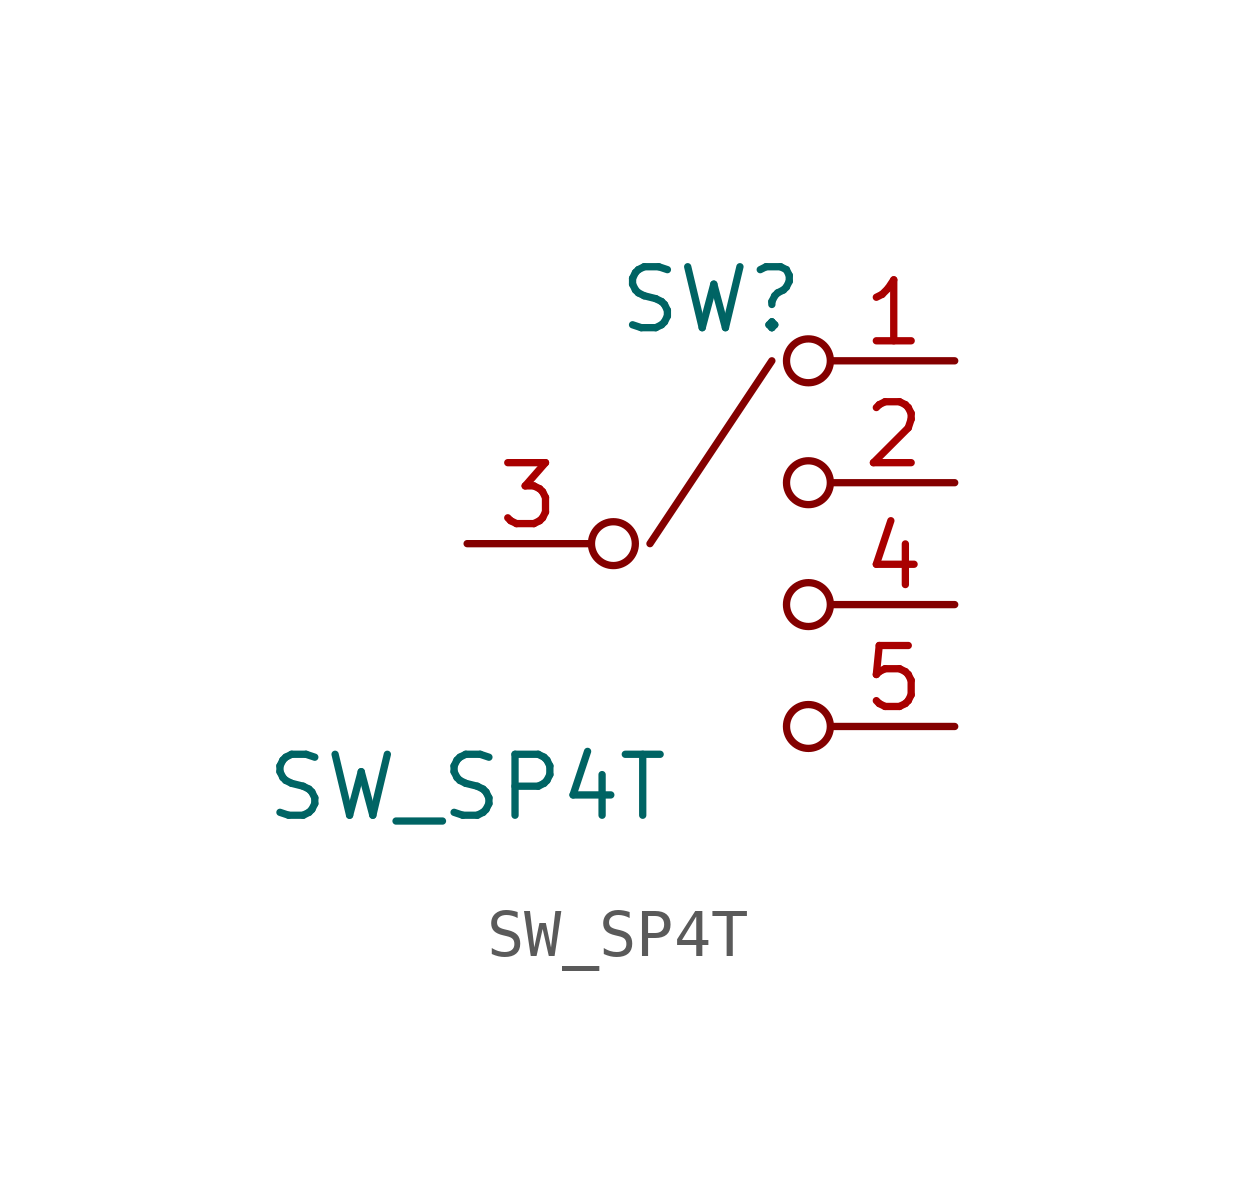
<source format=kicad_sym>
(kicad_symbol_lib
  (version 20220914)
  (generator kicad_symbol_editor)
  (symbol "SW_SP4T"
    (pin_names
      (offset 0) hide)
    (property "Reference" "SW"
      (at 0 5.08 0)
      (effects (font (size 1.27 1.27))))
    (property "Value" "SW_SP4T"
      (at -5.08 -5.08 0)
      (effects (font (size 1.27 1.27))))
    (symbol "SW_SP4T_0_1"
      (circle (center -2.032 0) (radius 0.457) (stroke (width 0) (type solid)) (fill (type none)))
      (polyline (pts (xy -1.27 0) (xy 1.27 3.81)) (stroke (width 0) (type solid)) (fill (type none)))
      (circle (center 2.032 -1.27) (radius 0.457) (stroke (width 0) (type solid)) (fill (type none)))
      (circle (center 2.032 1.27) (radius 0.457) (stroke (width 0) (type solid)) (fill (type none)))
      (circle (center 2.032 3.81) (radius 0.457) (stroke (width 0) (type solid)) (fill (type none))))
    (symbol "SW_SP4T_1_1"
      (circle (center 2.032 -3.81) (radius 0.457) (stroke (width 0) (type solid)) (fill (type none)))
      (pin passive line (at 5.08 3.81 180) (length 2.54) (name "1" (effects (font (size 1.27 1.27)))) (number "1" (effects (font (size 1.27 1.27)))))
      (pin passive line (at 5.08 1.27 180) (length 2.54) (name "2" (effects (font (size 1.27 1.27)))) (number "2" (effects (font (size 1.27 1.27)))))
      (pin passive line (at -5.08 0 0) (length 2.54) (name "3" (effects (font (size 1.27 1.27)))) (number "3" (effects (font (size 1.27 1.27)))))
      (pin passive line (at 5.08 -1.27 180) (length 2.54) (name "4" (effects (font (size 1.27 1.27)))) (number "4" (effects (font (size 1.27 1.27)))))
      (pin passive line (at 5.08 -3.81 180) (length 2.54) (name "5" (effects (font (size 1.27 1.27)))) (number "5" (effects (font (size 1.27 1.27))))))))
</source>
